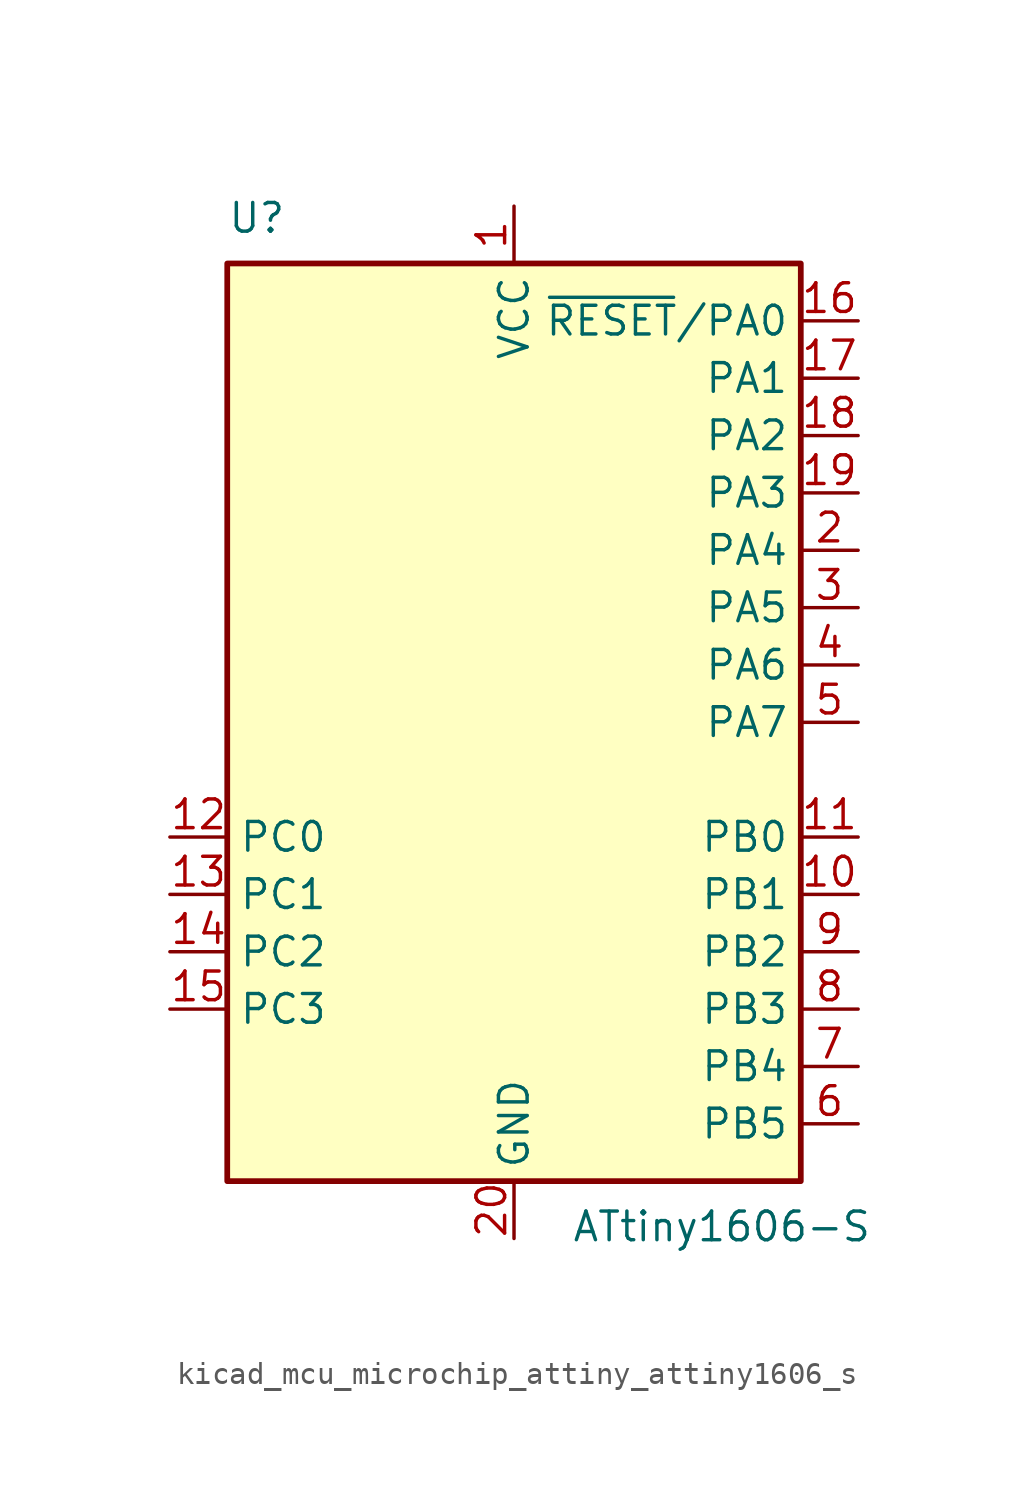
<source format=kicad_sym>
(kicad_symbol_lib
  (version 20220914)
  (generator kicad_symbol_editor)
  (symbol "kicad_mcu_microchip_attiny_attiny1606_s"
    (property "Reference" "U"
      (at -12.7 21.59 0)
      (effects (font (size 1.27 1.27)) (justify left bottom)))
    (property "Value" "ATtiny1606-S"
      (at 2.54 -21.59 0)
      (effects (font (size 1.27 1.27)) (justify left top)))
    (symbol "kicad_mcu_microchip_attiny_attiny1606_s_0_1"
      (rectangle (start -12.7 -20.32) (end 12.7 20.32) (stroke (width 0.254) (type default)) (fill (type background))))
    (symbol "kicad_mcu_microchip_attiny_attiny1606_s_1_1"
      (pin power_in line (at 0 22.86 270) (length 2.54) (name "VCC" (effects (font (size 1.27 1.27)))) (number "1" (effects (font (size 1.27 1.27)))))
      (pin bidirectional line (at 15.24 -7.62 180) (length 2.54) (name "PB1" (effects (font (size 1.27 1.27)))) (number "10" (effects (font (size 1.27 1.27)))))
      (pin bidirectional line (at 15.24 -5.08 180) (length 2.54) (name "PB0" (effects (font (size 1.27 1.27)))) (number "11" (effects (font (size 1.27 1.27)))))
      (pin bidirectional line (at -15.24 -5.08 0) (length 2.54) (name "PC0" (effects (font (size 1.27 1.27)))) (number "12" (effects (font (size 1.27 1.27)))))
      (pin bidirectional line (at -15.24 -7.62 0) (length 2.54) (name "PC1" (effects (font (size 1.27 1.27)))) (number "13" (effects (font (size 1.27 1.27)))))
      (pin bidirectional line (at -15.24 -10.16 0) (length 2.54) (name "PC2" (effects (font (size 1.27 1.27)))) (number "14" (effects (font (size 1.27 1.27)))))
      (pin bidirectional line (at -15.24 -12.7 0) (length 2.54) (name "PC3" (effects (font (size 1.27 1.27)))) (number "15" (effects (font (size 1.27 1.27)))))
      (pin bidirectional line (at 15.24 17.78 180) (length 2.54) (name "~{RESET}/PA0" (effects (font (size 1.27 1.27)))) (number "16" (effects (font (size 1.27 1.27)))))
      (pin bidirectional line (at 15.24 15.24 180) (length 2.54) (name "PA1" (effects (font (size 1.27 1.27)))) (number "17" (effects (font (size 1.27 1.27)))))
      (pin bidirectional line (at 15.24 12.7 180) (length 2.54) (name "PA2" (effects (font (size 1.27 1.27)))) (number "18" (effects (font (size 1.27 1.27)))))
      (pin bidirectional line (at 15.24 10.16 180) (length 2.54) (name "PA3" (effects (font (size 1.27 1.27)))) (number "19" (effects (font (size 1.27 1.27)))))
      (pin bidirectional line (at 15.24 7.62 180) (length 2.54) (name "PA4" (effects (font (size 1.27 1.27)))) (number "2" (effects (font (size 1.27 1.27)))))
      (pin power_in line (at 0 -22.86 90) (length 2.54) (name "GND" (effects (font (size 1.27 1.27)))) (number "20" (effects (font (size 1.27 1.27)))))
      (pin bidirectional line (at 15.24 5.08 180) (length 2.54) (name "PA5" (effects (font (size 1.27 1.27)))) (number "3" (effects (font (size 1.27 1.27)))))
      (pin bidirectional line (at 15.24 2.54 180) (length 2.54) (name "PA6" (effects (font (size 1.27 1.27)))) (number "4" (effects (font (size 1.27 1.27)))))
      (pin bidirectional line (at 15.24 0 180) (length 2.54) (name "PA7" (effects (font (size 1.27 1.27)))) (number "5" (effects (font (size 1.27 1.27)))))
      (pin bidirectional line (at 15.24 -17.78 180) (length 2.54) (name "PB5" (effects (font (size 1.27 1.27)))) (number "6" (effects (font (size 1.27 1.27)))))
      (pin bidirectional line (at 15.24 -15.24 180) (length 2.54) (name "PB4" (effects (font (size 1.27 1.27)))) (number "7" (effects (font (size 1.27 1.27)))))
      (pin bidirectional line (at 15.24 -12.7 180) (length 2.54) (name "PB3" (effects (font (size 1.27 1.27)))) (number "8" (effects (font (size 1.27 1.27)))))
      (pin bidirectional line (at 15.24 -10.16 180) (length 2.54) (name "PB2" (effects (font (size 1.27 1.27)))) (number "9" (effects (font (size 1.27 1.27))))))))
</source>
